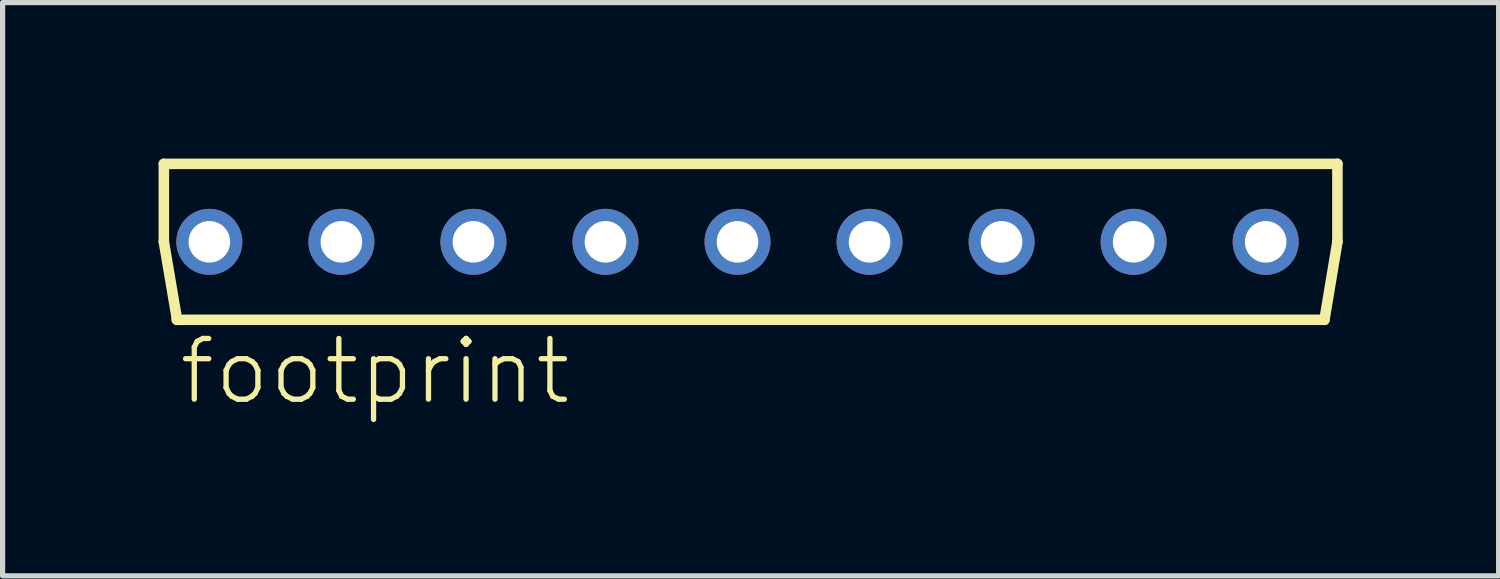
<source format=kicad_pcb>
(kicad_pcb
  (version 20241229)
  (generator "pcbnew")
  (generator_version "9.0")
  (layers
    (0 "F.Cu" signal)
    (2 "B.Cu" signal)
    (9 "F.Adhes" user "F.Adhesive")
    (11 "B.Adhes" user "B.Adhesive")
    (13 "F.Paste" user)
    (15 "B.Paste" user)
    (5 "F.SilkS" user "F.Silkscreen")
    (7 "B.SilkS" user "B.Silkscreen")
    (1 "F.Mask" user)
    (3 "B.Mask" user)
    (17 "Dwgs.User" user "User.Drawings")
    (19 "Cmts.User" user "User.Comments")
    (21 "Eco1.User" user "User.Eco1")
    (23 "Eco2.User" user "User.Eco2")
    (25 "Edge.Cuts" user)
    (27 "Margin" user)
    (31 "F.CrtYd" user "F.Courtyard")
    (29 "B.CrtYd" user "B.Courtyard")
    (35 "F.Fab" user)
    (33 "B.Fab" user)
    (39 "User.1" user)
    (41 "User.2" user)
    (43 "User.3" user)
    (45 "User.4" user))
  (footprint "footprint"
    (layer "F.Cu")
    (at 11.137 1.602)
    (property "Reference" "footprint" (at -10.795 3.175 0) (layer "F.SilkS") (effects (font (size 1.168 1.168) (thickness 0.102)) (justify left bottom)))
    (fp_line (start -11.035 -1.5) (end 11.54 -1.5) (stroke (width 0.203) (type solid)) (layer "F.SilkS"))
    (fp_line (start -11.035 0) (end -11.035 -1.5) (stroke (width 0.203) (type solid)) (layer "F.SilkS"))
    (fp_line (start -10.785 1.475) (end -11.035 0) (stroke (width 0.203) (type solid)) (layer "F.SilkS"))
    (fp_line (start -10.785 1.475) (end -10.785 1.5) (stroke (width 0.203) (type solid)) (layer "F.SilkS"))
    (fp_line (start 11.29 1.5) (end -10.785 1.5) (stroke (width 0.203) (type solid)) (layer "F.SilkS"))
    (fp_line (start 11.54 -1.5) (end 11.54 0) (stroke (width 0.203) (type solid)) (layer "F.SilkS"))
    (fp_line (start 11.54 0) (end 11.29 1.5) (stroke (width 0.203) (type solid)) (layer "F.SilkS"))
    (pad "1" thru_hole circle (at -10.16 0) (size 1.27 1.27) (drill 0.8) (layers "*.Cu" "*.Mask"))
    (pad "2" thru_hole circle (at -7.62 0) (size 1.27 1.27) (drill 0.8) (layers "*.Cu" "*.Mask"))
    (pad "3" thru_hole circle (at -5.08 0) (size 1.27 1.27) (drill 0.8) (layers "*.Cu" "*.Mask"))
    (pad "4" thru_hole circle (at -2.54 0) (size 1.27 1.27) (drill 0.8) (layers "*.Cu" "*.Mask"))
    (pad "5" thru_hole circle (at 0 0) (size 1.27 1.27) (drill 0.8) (layers "*.Cu" "*.Mask"))
    (pad "6" thru_hole circle (at 2.54 0) (size 1.27 1.27) (drill 0.8) (layers "*.Cu" "*.Mask"))
    (pad "7" thru_hole circle (at 5.08 0) (size 1.27 1.27) (drill 0.8) (layers "*.Cu" "*.Mask"))
    (pad "8" thru_hole circle (at 7.62 0) (size 1.27 1.27) (drill 0.8) (layers "*.Cu" "*.Mask"))
    (pad "9" thru_hole circle (at 10.16 0) (size 1.27 1.27) (drill 0.8) (layers "*.Cu" "*.Mask")))
  (gr_rect
    (start -3 -3)
    (end 25.778 8.027)
    (stroke (width 0.1) (type default))
    (fill no)
    (layer "Edge.Cuts")))
</source>
